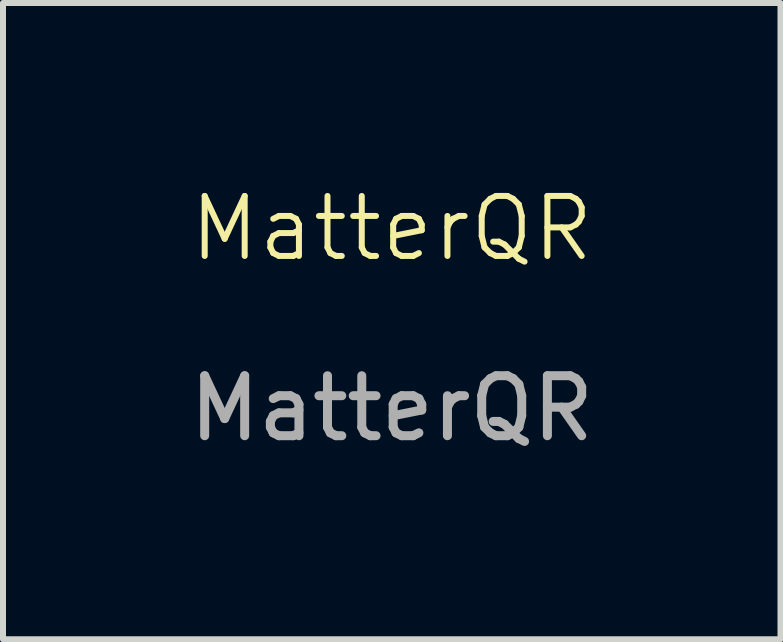
<source format=kicad_pcb>
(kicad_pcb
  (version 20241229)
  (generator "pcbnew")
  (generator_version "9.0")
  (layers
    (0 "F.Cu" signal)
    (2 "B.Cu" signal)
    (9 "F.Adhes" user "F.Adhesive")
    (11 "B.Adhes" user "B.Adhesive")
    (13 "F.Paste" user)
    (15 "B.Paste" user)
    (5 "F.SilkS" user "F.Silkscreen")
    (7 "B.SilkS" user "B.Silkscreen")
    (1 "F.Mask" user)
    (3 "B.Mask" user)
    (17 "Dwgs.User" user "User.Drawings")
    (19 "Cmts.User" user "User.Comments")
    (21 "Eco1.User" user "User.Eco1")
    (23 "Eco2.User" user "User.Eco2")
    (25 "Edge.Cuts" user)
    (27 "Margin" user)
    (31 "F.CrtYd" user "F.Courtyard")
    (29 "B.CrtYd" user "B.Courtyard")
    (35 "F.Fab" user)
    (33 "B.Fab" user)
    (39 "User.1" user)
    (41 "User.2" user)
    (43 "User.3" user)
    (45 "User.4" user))
  (footprint "MatterQR"
    (layer "F.Cu")
    (at 3.482 1.26)
    (property "Reference" "MatterQR" (at 0 -0.5 0) (unlocked yes) (layer "F.SilkS") (effects (font (size 1 1) (thickness 0.1))))
    (attr smd)
    (fp_text user "${REFERENCE}" (at 0 2.5 0) (unlocked yes) (layer "F.Fab") (effects (font (size 1 1) (thickness 0.15)))))
  (gr_rect
    (start -3 -3)
    (end 9.964 7.609)
    (stroke (width 0.1) (type default))
    (fill no)
    (layer "Edge.Cuts")))
</source>
